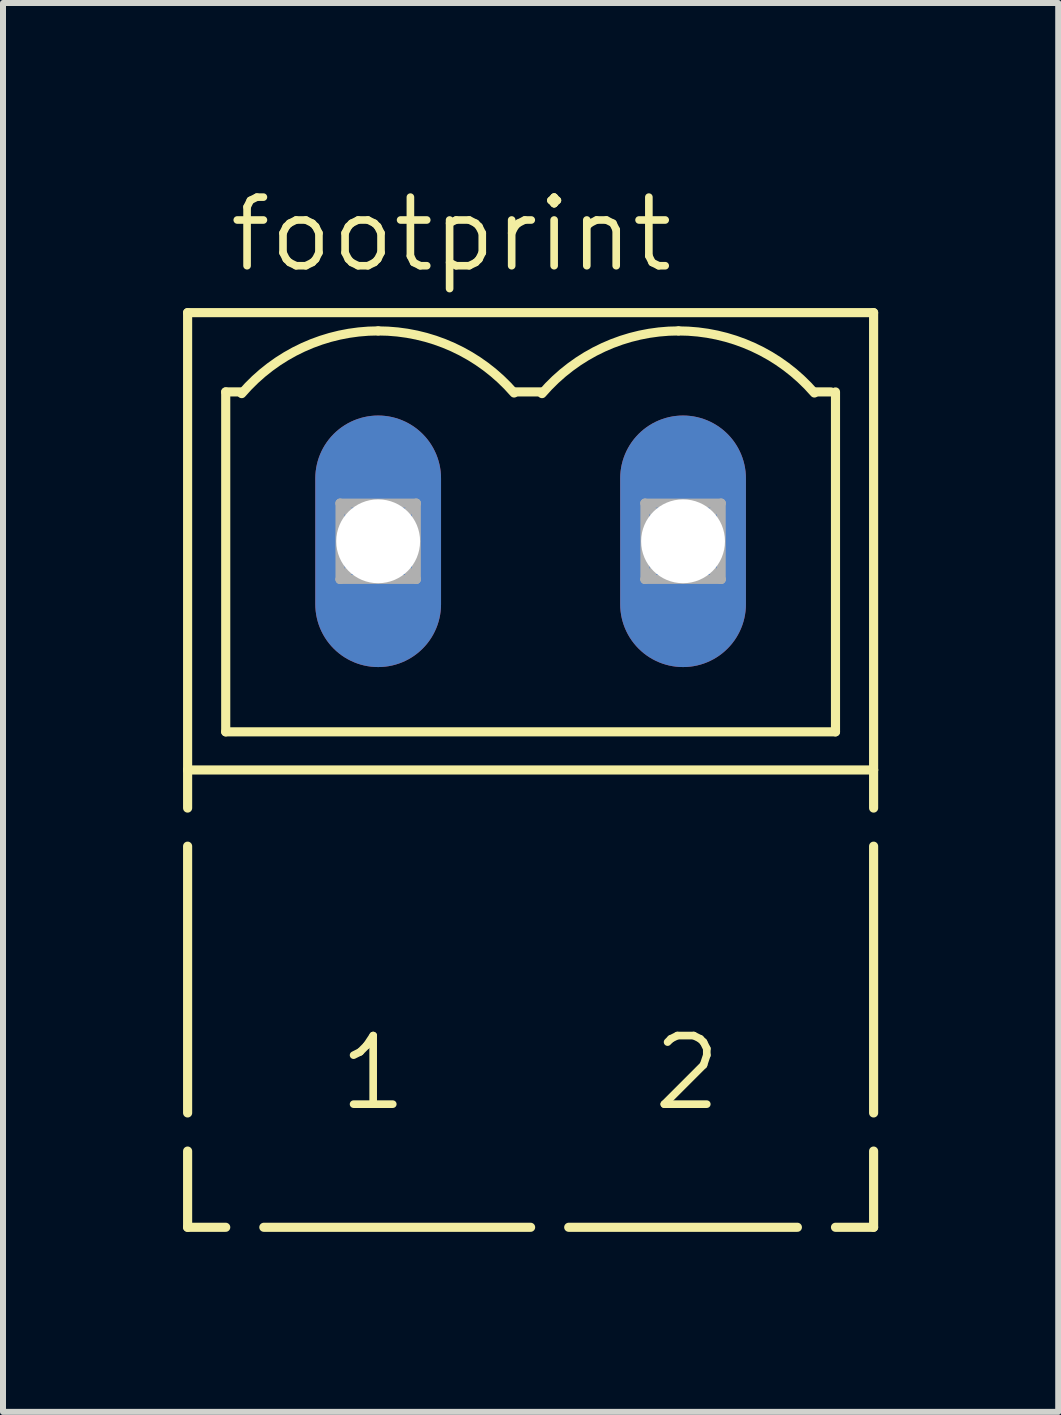
<source format=kicad_pcb>
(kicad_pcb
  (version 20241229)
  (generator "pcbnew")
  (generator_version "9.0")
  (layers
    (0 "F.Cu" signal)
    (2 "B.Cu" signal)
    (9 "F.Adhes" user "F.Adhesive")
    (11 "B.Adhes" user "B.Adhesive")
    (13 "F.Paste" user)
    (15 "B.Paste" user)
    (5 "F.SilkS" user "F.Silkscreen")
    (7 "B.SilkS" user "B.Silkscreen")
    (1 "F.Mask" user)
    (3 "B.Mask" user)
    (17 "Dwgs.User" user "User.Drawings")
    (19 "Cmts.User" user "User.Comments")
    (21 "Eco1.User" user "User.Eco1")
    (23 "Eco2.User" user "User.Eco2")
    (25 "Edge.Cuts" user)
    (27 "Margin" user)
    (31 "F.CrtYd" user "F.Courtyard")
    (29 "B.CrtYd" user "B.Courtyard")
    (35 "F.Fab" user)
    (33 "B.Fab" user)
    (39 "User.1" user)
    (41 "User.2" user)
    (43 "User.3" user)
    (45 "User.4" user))
  (footprint "footprint"
    (layer "F.Cu")
    (at 5.791 5.969)
    (property "Reference" "footprint" (at -5.08 -4.445 0) (layer "F.SilkS") (effects (font (size 1.143 1.143) (thickness 0.127)) (justify left bottom)))
    (fp_line (start -5.715 -3.81) (end -5.715 3.81) (stroke (width 0.152) (type solid)) (layer "F.SilkS"))
    (fp_line (start -5.715 4.445) (end -5.715 3.81) (stroke (width 0.152) (type solid)) (layer "F.SilkS"))
    (fp_line (start -5.715 9.525) (end -5.715 5.08) (stroke (width 0.152) (type solid)) (layer "F.SilkS"))
    (fp_line (start -5.715 11.43) (end -5.715 10.16) (stroke (width 0.152) (type solid)) (layer "F.SilkS"))
    (fp_line (start -5.08 3.175) (end -5.08 -2.489) (stroke (width 0.152) (type solid)) (layer "F.SilkS"))
    (fp_line (start -5.08 11.43) (end -5.715 11.43) (stroke (width 0.152) (type solid)) (layer "F.SilkS"))
    (fp_line (start -4.826 -2.489) (end -5.08 -2.489) (stroke (width 0.152) (type solid)) (layer "F.SilkS"))
    (fp_line (start 0 11.43) (end -4.445 11.43) (stroke (width 0.152) (type solid)) (layer "F.SilkS"))
    (fp_line (start 0.178 -2.489) (end -0.254 -2.489) (stroke (width 0.152) (type solid)) (layer "F.SilkS"))
    (fp_line (start 4.445 11.43) (end 0.635 11.43) (stroke (width 0.152) (type solid)) (layer "F.SilkS"))
    (fp_line (start 5.004 -2.489) (end 4.75 -2.489) (stroke (width 0.152) (type solid)) (layer "F.SilkS"))
    (fp_line (start 5.08 -2.489) (end 5.08 3.175) (stroke (width 0.152) (type solid)) (layer "F.SilkS"))
    (fp_line (start 5.08 3.175) (end -5.08 3.175) (stroke (width 0.152) (type solid)) (layer "F.SilkS"))
    (fp_line (start 5.715 -3.81) (end -5.715 -3.81) (stroke (width 0.152) (type solid)) (layer "F.SilkS"))
    (fp_line (start 5.715 3.81) (end -5.715 3.81) (stroke (width 0.152) (type solid)) (layer "F.SilkS"))
    (fp_line (start 5.715 3.81) (end 5.715 -3.81) (stroke (width 0.152) (type solid)) (layer "F.SilkS"))
    (fp_line (start 5.715 4.445) (end 5.715 3.81) (stroke (width 0.152) (type solid)) (layer "F.SilkS"))
    (fp_line (start 5.715 9.525) (end 5.715 5.08) (stroke (width 0.152) (type solid)) (layer "F.SilkS"))
    (fp_line (start 5.715 11.43) (end 5.08 11.43) (stroke (width 0.152) (type solid)) (layer "F.SilkS"))
    (fp_line (start 5.715 11.43) (end 5.715 10.16) (stroke (width 0.152) (type solid)) (layer "F.SilkS"))
    (fp_arc (start -4.8138 -2.4608) (mid -3.79111 -3.231677) (end -2.54 -3.5053) (stroke (width 0.1524) (type solid)) (layer "F.SilkS"))
    (fp_arc (start -2.54 -3.5052) (mid -1.295022 -3.234436) (end -0.274999 -2.471) (stroke (width 0.1524) (type solid)) (layer "F.SilkS"))
    (fp_arc (start 0.19 -2.4608) (mid 1.212699 -3.231631) (end 2.4638 -3.5052) (stroke (width 0.1524) (type solid)) (layer "F.SilkS"))
    (fp_arc (start 2.4638 -3.5052) (mid 3.708778 -3.234436) (end 4.728801 -2.470999) (stroke (width 0.1524) (type solid)) (layer "F.SilkS"))
    (fp_line (start -3.175 -0.635) (end -3.175 0.635) (stroke (width 0.152) (type solid)) (layer "F.Fab"))
    (fp_line (start -3.175 0.635) (end -1.905 0.635) (stroke (width 0.152) (type solid)) (layer "F.Fab"))
    (fp_line (start -1.905 -0.635) (end -3.175 -0.635) (stroke (width 0.152) (type solid)) (layer "F.Fab"))
    (fp_line (start -1.905 -0.635) (end -3.175 0.635) (stroke (width 0.152) (type solid)) (layer "F.Fab"))
    (fp_line (start -1.905 0.635) (end -3.175 -0.635) (stroke (width 0.152) (type solid)) (layer "F.Fab"))
    (fp_line (start -1.905 0.635) (end -1.905 -0.635) (stroke (width 0.152) (type solid)) (layer "F.Fab"))
    (fp_line (start 1.905 -0.635) (end 1.905 0.635) (stroke (width 0.152) (type solid)) (layer "F.Fab"))
    (fp_line (start 1.905 0.635) (end 3.175 0.635) (stroke (width 0.152) (type solid)) (layer "F.Fab"))
    (fp_line (start 3.175 -0.635) (end 1.905 -0.635) (stroke (width 0.152) (type solid)) (layer "F.Fab"))
    (fp_line (start 3.175 -0.635) (end 1.905 0.635) (stroke (width 0.152) (type solid)) (layer "F.Fab"))
    (fp_line (start 3.175 0.635) (end 1.905 -0.635) (stroke (width 0.152) (type solid)) (layer "F.Fab"))
    (fp_line (start 3.175 0.635) (end 3.175 -0.635) (stroke (width 0.152) (type solid)) (layer "F.Fab"))
    (fp_text user "1" (at -3.251 9.525 0) (layer "F.SilkS") (effects (font (size 1.143 1.143) (thickness 0.127)) (justify left bottom)))
    (fp_text user "2" (at 1.981 9.525 0) (layer "F.SilkS") (effects (font (size 1.143 1.143) (thickness 0.127)) (justify left bottom)))
    (pad "1" thru_hole oval (at -2.54 0 90) (size 4.191 2.095) (drill 1.397) (layers "*.Cu" "*.Mask"))
    (pad "2" thru_hole oval (at 2.54 0 90) (size 4.191 2.095) (drill 1.397) (layers "*.Cu" "*.Mask")))
  (gr_rect
    (start -3 -3)
    (end 14.582 20.475)
    (stroke (width 0.1) (type default))
    (fill no)
    (layer "Edge.Cuts")))
</source>
